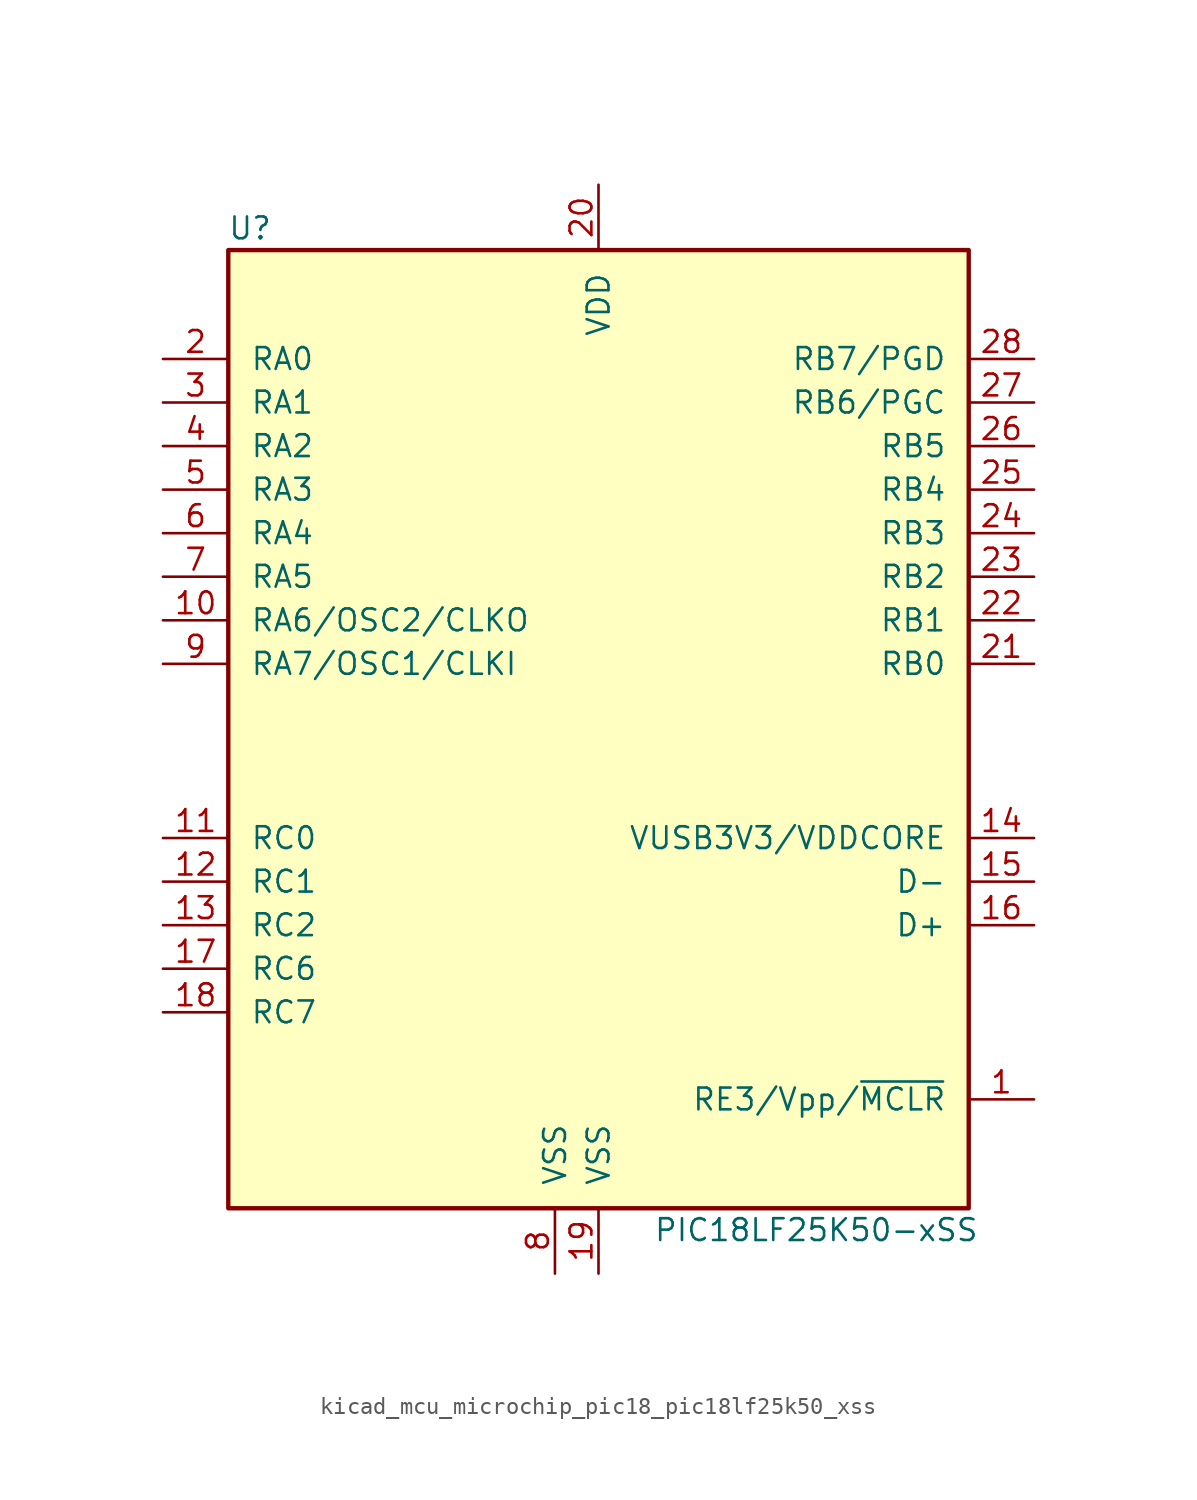
<source format=kicad_sym>
(kicad_symbol_lib
  (version 20220914)
  (generator kicad_symbol_editor)
  (symbol "kicad_mcu_microchip_pic18_pic18lf25k50_xss"
    (pin_names
      (offset 1.27))
    (property "Reference" "U"
      (at -20.32 30.48 0)
      (effects (font (size 1.27 1.27))))
    (property "Value" "PIC18LF25K50-xSS"
      (at 12.7 -27.94 0)
      (effects (font (size 1.27 1.27))))
    (symbol "kicad_mcu_microchip_pic18_pic18lf25k50_xss_0_1"
      (rectangle (start -21.59 29.21) (end 21.59 -26.67) (stroke (width 0.254) (type default)) (fill (type background))))
    (symbol "kicad_mcu_microchip_pic18_pic18lf25k50_xss_1_1"
      (pin input line (at 25.4 -20.32 180) (length 3.81) (name "RE3/Vpp/~{MCLR}" (effects (font (size 1.27 1.27)))) (number "1" (effects (font (size 1.27 1.27)))))
      (pin output line (at -25.4 7.62 0) (length 3.81) (name "RA6/OSC2/CLKO" (effects (font (size 1.27 1.27)))) (number "10" (effects (font (size 1.27 1.27)))))
      (pin bidirectional line (at -25.4 -5.08 0) (length 3.81) (name "RC0" (effects (font (size 1.27 1.27)))) (number "11" (effects (font (size 1.27 1.27)))))
      (pin bidirectional line (at -25.4 -7.62 0) (length 3.81) (name "RC1" (effects (font (size 1.27 1.27)))) (number "12" (effects (font (size 1.27 1.27)))))
      (pin bidirectional line (at -25.4 -10.16 0) (length 3.81) (name "RC2" (effects (font (size 1.27 1.27)))) (number "13" (effects (font (size 1.27 1.27)))))
      (pin bidirectional line (at 25.4 -5.08 180) (length 3.81) (name "VUSB3V3/VDDCORE" (effects (font (size 1.27 1.27)))) (number "14" (effects (font (size 1.27 1.27)))))
      (pin bidirectional line (at 25.4 -7.62 180) (length 3.81) (name "D-" (effects (font (size 1.27 1.27)))) (number "15" (effects (font (size 1.27 1.27)))))
      (pin bidirectional line (at 25.4 -10.16 180) (length 3.81) (name "D+" (effects (font (size 1.27 1.27)))) (number "16" (effects (font (size 1.27 1.27)))))
      (pin bidirectional line (at -25.4 -12.7 0) (length 3.81) (name "RC6" (effects (font (size 1.27 1.27)))) (number "17" (effects (font (size 1.27 1.27)))))
      (pin bidirectional line (at -25.4 -15.24 0) (length 3.81) (name "RC7" (effects (font (size 1.27 1.27)))) (number "18" (effects (font (size 1.27 1.27)))))
      (pin power_in line (at 0 -30.48 90) (length 3.81) (name "VSS" (effects (font (size 1.27 1.27)))) (number "19" (effects (font (size 1.27 1.27)))))
      (pin bidirectional line (at -25.4 22.86 0) (length 3.81) (name "RA0" (effects (font (size 1.27 1.27)))) (number "2" (effects (font (size 1.27 1.27)))))
      (pin power_in line (at 0 33.02 270) (length 3.81) (name "VDD" (effects (font (size 1.27 1.27)))) (number "20" (effects (font (size 1.27 1.27)))))
      (pin bidirectional line (at 25.4 5.08 180) (length 3.81) (name "RB0" (effects (font (size 1.27 1.27)))) (number "21" (effects (font (size 1.27 1.27)))))
      (pin bidirectional line (at 25.4 7.62 180) (length 3.81) (name "RB1" (effects (font (size 1.27 1.27)))) (number "22" (effects (font (size 1.27 1.27)))))
      (pin bidirectional line (at 25.4 10.16 180) (length 3.81) (name "RB2" (effects (font (size 1.27 1.27)))) (number "23" (effects (font (size 1.27 1.27)))))
      (pin bidirectional line (at 25.4 12.7 180) (length 3.81) (name "RB3" (effects (font (size 1.27 1.27)))) (number "24" (effects (font (size 1.27 1.27)))))
      (pin bidirectional line (at 25.4 15.24 180) (length 3.81) (name "RB4" (effects (font (size 1.27 1.27)))) (number "25" (effects (font (size 1.27 1.27)))))
      (pin bidirectional line (at 25.4 17.78 180) (length 3.81) (name "RB5" (effects (font (size 1.27 1.27)))) (number "26" (effects (font (size 1.27 1.27)))))
      (pin bidirectional line (at 25.4 20.32 180) (length 3.81) (name "RB6/PGC" (effects (font (size 1.27 1.27)))) (number "27" (effects (font (size 1.27 1.27)))))
      (pin bidirectional line (at 25.4 22.86 180) (length 3.81) (name "RB7/PGD" (effects (font (size 1.27 1.27)))) (number "28" (effects (font (size 1.27 1.27)))))
      (pin bidirectional line (at -25.4 20.32 0) (length 3.81) (name "RA1" (effects (font (size 1.27 1.27)))) (number "3" (effects (font (size 1.27 1.27)))))
      (pin bidirectional line (at -25.4 17.78 0) (length 3.81) (name "RA2" (effects (font (size 1.27 1.27)))) (number "4" (effects (font (size 1.27 1.27)))))
      (pin bidirectional line (at -25.4 15.24 0) (length 3.81) (name "RA3" (effects (font (size 1.27 1.27)))) (number "5" (effects (font (size 1.27 1.27)))))
      (pin bidirectional line (at -25.4 12.7 0) (length 3.81) (name "RA4" (effects (font (size 1.27 1.27)))) (number "6" (effects (font (size 1.27 1.27)))))
      (pin bidirectional line (at -25.4 10.16 0) (length 3.81) (name "RA5" (effects (font (size 1.27 1.27)))) (number "7" (effects (font (size 1.27 1.27)))))
      (pin power_in line (at -2.54 -30.48 90) (length 3.81) (name "VSS" (effects (font (size 1.27 1.27)))) (number "8" (effects (font (size 1.27 1.27)))))
      (pin input line (at -25.4 5.08 0) (length 3.81) (name "RA7/OSC1/CLKI" (effects (font (size 1.27 1.27)))) (number "9" (effects (font (size 1.27 1.27))))))))
</source>
